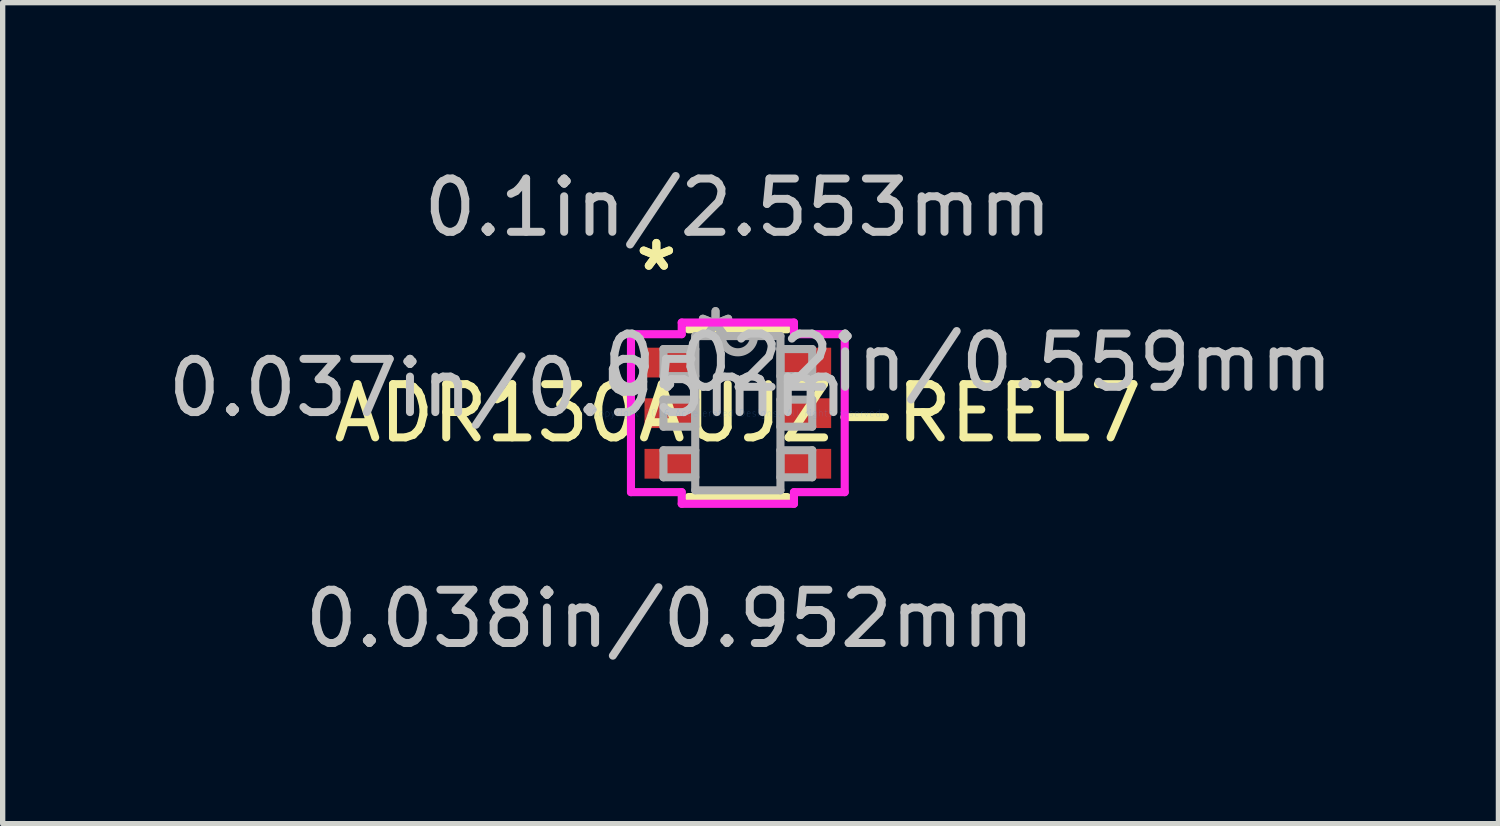
<source format=kicad_pcb>
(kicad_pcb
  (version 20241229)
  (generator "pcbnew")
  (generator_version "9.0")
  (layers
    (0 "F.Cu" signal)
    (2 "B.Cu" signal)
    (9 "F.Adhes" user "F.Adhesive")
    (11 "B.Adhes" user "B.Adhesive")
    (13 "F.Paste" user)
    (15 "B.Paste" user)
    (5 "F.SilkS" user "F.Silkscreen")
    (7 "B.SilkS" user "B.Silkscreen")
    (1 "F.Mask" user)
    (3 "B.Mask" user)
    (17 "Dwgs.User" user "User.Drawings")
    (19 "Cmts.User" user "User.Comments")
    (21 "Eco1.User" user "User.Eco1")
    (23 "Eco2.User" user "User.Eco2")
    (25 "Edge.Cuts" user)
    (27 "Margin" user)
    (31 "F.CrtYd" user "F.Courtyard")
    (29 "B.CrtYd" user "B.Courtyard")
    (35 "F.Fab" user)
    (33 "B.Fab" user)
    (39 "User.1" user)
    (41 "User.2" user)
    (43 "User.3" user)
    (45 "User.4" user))
  (footprint "ADR130AUJZ-REEL7"
    (layer "F.Cu")
    (at 10.806 4.709)
    (property "Reference" "ADR130AUJZ-REEL7" (at 0 0 0) (layer "F.SilkS") (effects (font (size 1 1) (thickness 0.15))))
    (attr through_hole)
    (fp_line (start -0.927 1.575) (end 0.927 1.575) (stroke (width 0.152) (type solid)) (layer "F.SilkS"))
    (fp_line (start 0.927 -1.575) (end -0.927 -1.575) (stroke (width 0.152) (type solid)) (layer "F.SilkS"))
    (fp_line (start -2.007 -1.483) (end -1.054 -1.483) (stroke (width 0.152) (type solid)) (layer "F.CrtYd"))
    (fp_line (start -2.007 1.483) (end -2.007 -1.483) (stroke (width 0.152) (type solid)) (layer "F.CrtYd"))
    (fp_line (start -1.054 -1.702) (end 1.054 -1.702) (stroke (width 0.152) (type solid)) (layer "F.CrtYd"))
    (fp_line (start -1.054 -1.483) (end -1.054 -1.702) (stroke (width 0.152) (type solid)) (layer "F.CrtYd"))
    (fp_line (start -1.054 1.483) (end -2.007 1.483) (stroke (width 0.152) (type solid)) (layer "F.CrtYd"))
    (fp_line (start -1.054 1.702) (end -1.054 1.483) (stroke (width 0.152) (type solid)) (layer "F.CrtYd"))
    (fp_line (start 1.054 -1.702) (end 1.054 -1.483) (stroke (width 0.152) (type solid)) (layer "F.CrtYd"))
    (fp_line (start 1.054 -1.483) (end 2.007 -1.483) (stroke (width 0.152) (type solid)) (layer "F.CrtYd"))
    (fp_line (start 1.054 1.483) (end 1.054 1.702) (stroke (width 0.152) (type solid)) (layer "F.CrtYd"))
    (fp_line (start 1.054 1.702) (end -1.054 1.702) (stroke (width 0.152) (type solid)) (layer "F.CrtYd"))
    (fp_line (start 2.007 -1.483) (end 2.007 1.483) (stroke (width 0.152) (type solid)) (layer "F.CrtYd"))
    (fp_line (start 2.007 1.483) (end 1.054 1.483) (stroke (width 0.152) (type solid)) (layer "F.CrtYd"))
    (fp_line (start -1.397 -1.204) (end -1.397 -0.696) (stroke (width 0.152) (type solid)) (layer "F.Fab"))
    (fp_line (start -1.397 -0.696) (end -0.8 -0.696) (stroke (width 0.152) (type solid)) (layer "F.Fab"))
    (fp_line (start -1.397 -0.254) (end -1.397 0.254) (stroke (width 0.152) (type solid)) (layer "F.Fab"))
    (fp_line (start -1.397 0.254) (end -0.8 0.254) (stroke (width 0.152) (type solid)) (layer "F.Fab"))
    (fp_line (start -1.397 0.696) (end -1.397 1.204) (stroke (width 0.152) (type solid)) (layer "F.Fab"))
    (fp_line (start -1.397 1.204) (end -0.8 1.204) (stroke (width 0.152) (type solid)) (layer "F.Fab"))
    (fp_line (start -0.8 -1.448) (end -0.8 1.448) (stroke (width 0.152) (type solid)) (layer "F.Fab"))
    (fp_line (start -0.8 -1.204) (end -1.397 -1.204) (stroke (width 0.152) (type solid)) (layer "F.Fab"))
    (fp_line (start -0.8 -0.696) (end -0.8 -1.204) (stroke (width 0.152) (type solid)) (layer "F.Fab"))
    (fp_line (start -0.8 -0.254) (end -1.397 -0.254) (stroke (width 0.152) (type solid)) (layer "F.Fab"))
    (fp_line (start -0.8 0.254) (end -0.8 -0.254) (stroke (width 0.152) (type solid)) (layer "F.Fab"))
    (fp_line (start -0.8 0.696) (end -1.397 0.696) (stroke (width 0.152) (type solid)) (layer "F.Fab"))
    (fp_line (start -0.8 1.204) (end -0.8 0.696) (stroke (width 0.152) (type solid)) (layer "F.Fab"))
    (fp_line (start -0.8 1.448) (end 0.8 1.448) (stroke (width 0.152) (type solid)) (layer "F.Fab"))
    (fp_line (start 0.8 -1.448) (end -0.8 -1.448) (stroke (width 0.152) (type solid)) (layer "F.Fab"))
    (fp_line (start 0.8 -1.204) (end 0.8 -0.696) (stroke (width 0.152) (type solid)) (layer "F.Fab"))
    (fp_line (start 0.8 -0.696) (end 1.397 -0.696) (stroke (width 0.152) (type solid)) (layer "F.Fab"))
    (fp_line (start 0.8 -0.254) (end 0.8 0.254) (stroke (width 0.152) (type solid)) (layer "F.Fab"))
    (fp_line (start 0.8 0.254) (end 1.397 0.254) (stroke (width 0.152) (type solid)) (layer "F.Fab"))
    (fp_line (start 0.8 0.696) (end 0.8 1.204) (stroke (width 0.152) (type solid)) (layer "F.Fab"))
    (fp_line (start 0.8 1.204) (end 1.397 1.204) (stroke (width 0.152) (type solid)) (layer "F.Fab"))
    (fp_line (start 0.8 1.448) (end 0.8 -1.448) (stroke (width 0.152) (type solid)) (layer "F.Fab"))
    (fp_line (start 1.397 -1.204) (end 0.8 -1.204) (stroke (width 0.152) (type solid)) (layer "F.Fab"))
    (fp_line (start 1.397 -0.696) (end 1.397 -1.204) (stroke (width 0.152) (type solid)) (layer "F.Fab"))
    (fp_line (start 1.397 -0.254) (end 0.8 -0.254) (stroke (width 0.152) (type solid)) (layer "F.Fab"))
    (fp_line (start 1.397 0.254) (end 1.397 -0.254) (stroke (width 0.152) (type solid)) (layer "F.Fab"))
    (fp_line (start 1.397 0.696) (end 0.8 0.696) (stroke (width 0.152) (type solid)) (layer "F.Fab"))
    (fp_line (start 1.397 1.204) (end 1.397 0.696) (stroke (width 0.152) (type solid)) (layer "F.Fab"))
    (fp_arc (start 0.3048 -1.4478) (mid 0 -1.143) (end -0.3048 -1.4478) (stroke (width 0.1524) (type solid)) (layer "F.Fab"))
    (fp_text user "*" (at -1.53 -2.652 0) (layer "F.SilkS") (effects (font (size 1 1) (thickness 0.15))))
    (fp_text user "*" (at -1.53 -2.652 0) (layer "F.SilkS") (effects (font (size 1 1) (thickness 0.15))))
    (fp_text user "0.037in/0.95mm" (at -4.324 -0.475 0) (layer "Dwgs.User") (effects (font (size 1 1) (thickness 0.15))))
    (fp_text user "0.1in/2.553mm" (at 0 -3.861 0) (layer "Dwgs.User") (effects (font (size 1 1) (thickness 0.15))))
    (fp_text user "0.022in/0.559mm" (at 4.324 -0.95 0) (layer "Dwgs.User") (effects (font (size 1 1) (thickness 0.15))))
    (fp_text user "0.038in/0.952mm" (at -1.276 3.861 0) (layer "Dwgs.User") (effects (font (size 1 1) (thickness 0.15))))
    (fp_text user "Copyright 2016 Accelerated Designs. All rights reserved." (at 0 0 0) (layer "Cmts.User") (effects (font (size 0.127 0.127) (thickness 0.002))))
    (fp_text user "*" (at -0.419 -1.372 0) (layer "F.Fab") (effects (font (size 1 1) (thickness 0.15))))
    (fp_text user "*" (at -0.419 -1.372 0) (layer "F.Fab") (effects (font (size 1 1) (thickness 0.15))))
    (pad "1" smd rect (at -1.276 -0.95) (size 0.953 0.559) (layers "F.Cu" "F.Mask" "F.Paste"))
    (pad "2" smd rect (at -1.276 0) (size 0.953 0.559) (layers "F.Cu" "F.Mask" "F.Paste"))
    (pad "3" smd rect (at -1.276 0.95) (size 0.953 0.559) (layers "F.Cu" "F.Mask" "F.Paste"))
    (pad "4" smd rect (at 1.276 0.95) (size 0.953 0.559) (layers "F.Cu" "F.Mask" "F.Paste"))
    (pad "5" smd rect (at 1.276 0) (size 0.953 0.559) (layers "F.Cu" "F.Mask" "F.Paste"))
    (pad "6" smd rect (at 1.276 -0.95) (size 0.953 0.559) (layers "F.Cu" "F.Mask" "F.Paste")))
  (gr_rect
    (start -3 -3)
    (end 25.089 12.418)
    (stroke (width 0.1) (type default))
    (fill no)
    (layer "Edge.Cuts")))
</source>
